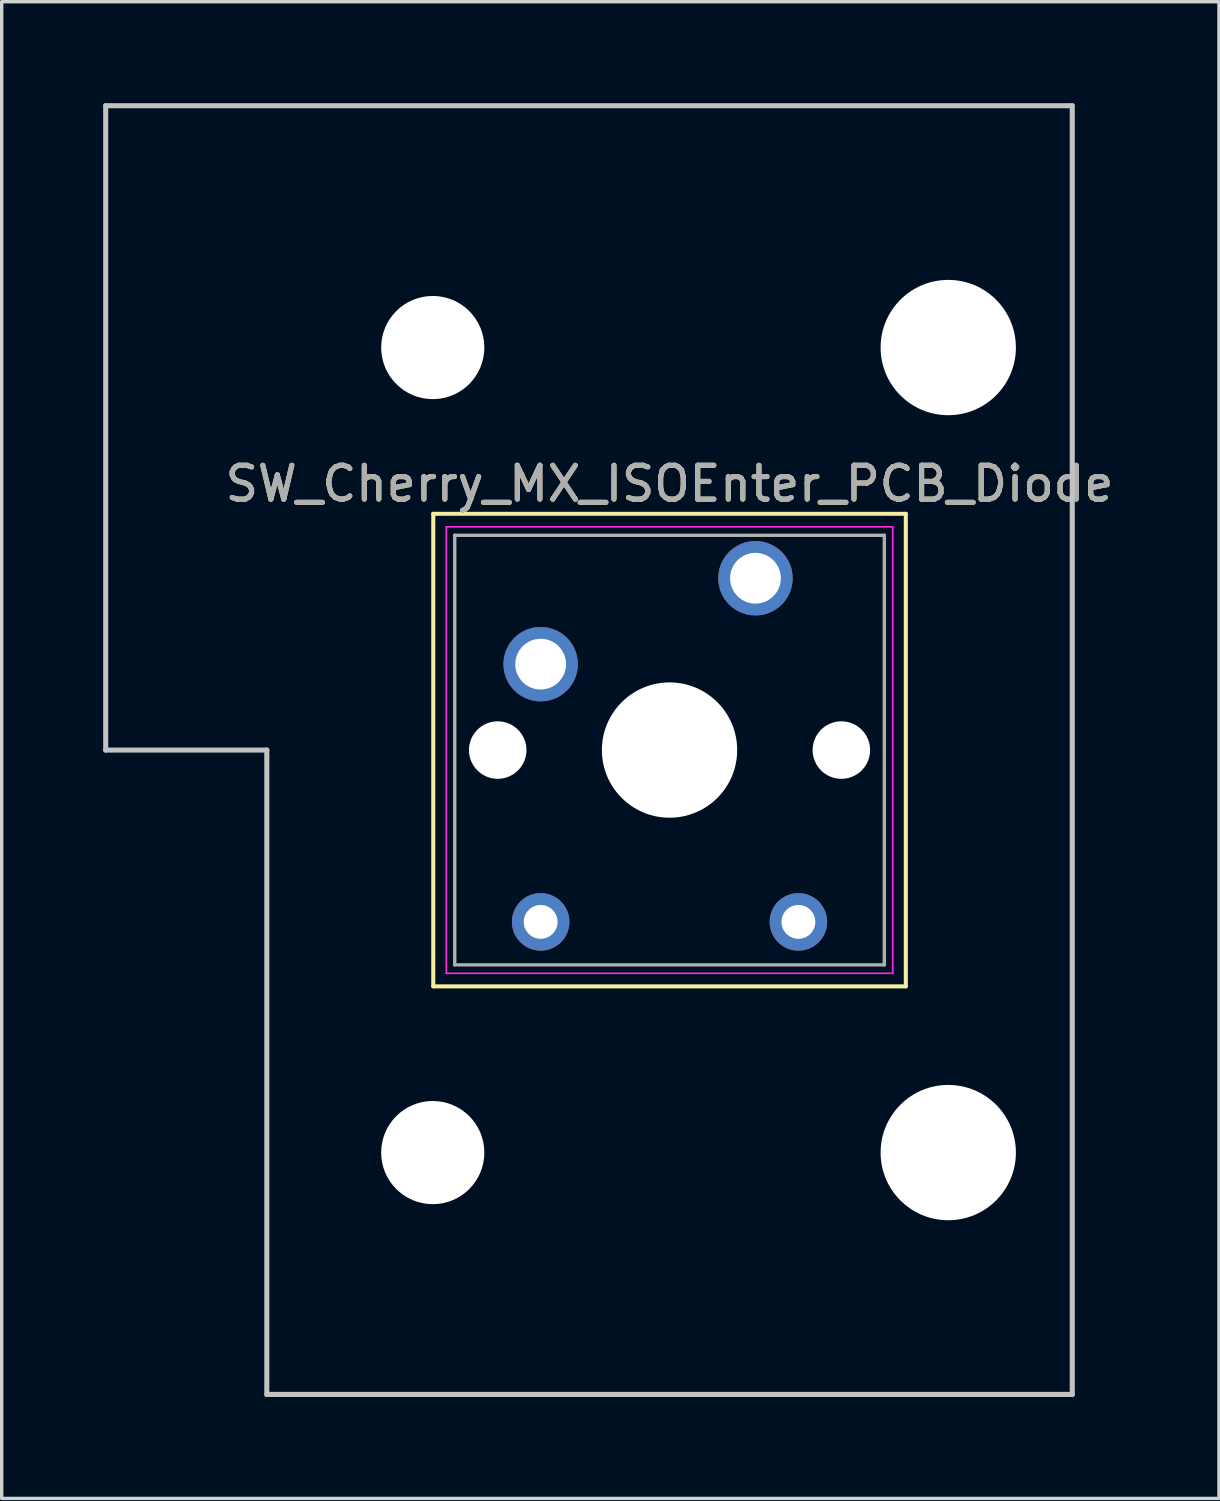
<source format=kicad_pcb>
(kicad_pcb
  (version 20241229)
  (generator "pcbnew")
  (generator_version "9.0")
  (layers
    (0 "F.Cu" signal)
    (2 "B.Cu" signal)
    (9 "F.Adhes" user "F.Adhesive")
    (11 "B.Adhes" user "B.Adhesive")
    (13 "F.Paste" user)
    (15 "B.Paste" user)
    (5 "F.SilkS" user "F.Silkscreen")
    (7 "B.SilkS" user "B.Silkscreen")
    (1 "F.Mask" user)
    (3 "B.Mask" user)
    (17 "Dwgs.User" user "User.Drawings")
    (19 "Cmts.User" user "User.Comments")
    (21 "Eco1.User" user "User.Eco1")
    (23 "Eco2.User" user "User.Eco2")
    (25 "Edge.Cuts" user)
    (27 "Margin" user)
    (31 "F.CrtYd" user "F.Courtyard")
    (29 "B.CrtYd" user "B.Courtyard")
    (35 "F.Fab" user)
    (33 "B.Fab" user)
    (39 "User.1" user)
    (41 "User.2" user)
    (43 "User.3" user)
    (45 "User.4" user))
  (footprint "SW_Cherry_MX_ISOEnter_PCB_Diode"
    (layer "F.Cu")
    (at 19.284 14.045)
    (property "Reference" "SW_Cherry_MX_ISOEnter_PCB_Diode" (at -2.54 -2.794 0) (layer "F.SilkS") (effects (font (size 1 1) (thickness 0.15))))
    (attr through_hole)
    (fp_line (start -9.525 -1.905) (end 4.445 -1.905) (stroke (width 0.12) (type solid)) (layer "F.SilkS"))
    (fp_line (start -9.525 12.065) (end -9.525 -1.905) (stroke (width 0.12) (type solid)) (layer "F.SilkS"))
    (fp_line (start 4.445 -1.905) (end 4.445 12.065) (stroke (width 0.12) (type solid)) (layer "F.SilkS"))
    (fp_line (start 4.445 12.065) (end -9.525 12.065) (stroke (width 0.12) (type solid)) (layer "F.SilkS"))
    (fp_line (start -19.209 -13.97) (end 9.366 -13.97) (stroke (width 0.15) (type solid)) (layer "Dwgs.User"))
    (fp_line (start -19.209 5.08) (end -19.209 -13.97) (stroke (width 0.15) (type solid)) (layer "Dwgs.User"))
    (fp_line (start -14.446 5.08) (end -19.209 5.08) (stroke (width 0.15) (type solid)) (layer "Dwgs.User"))
    (fp_line (start -14.446 24.13) (end -14.446 5.08) (stroke (width 0.15) (type solid)) (layer "Dwgs.User"))
    (fp_line (start 9.366 -13.97) (end 9.366 24.13) (stroke (width 0.15) (type solid)) (layer "Dwgs.User"))
    (fp_line (start 9.366 24.13) (end -14.446 24.13) (stroke (width 0.15) (type solid)) (layer "Dwgs.User"))
    (fp_line (start -9.14 -1.52) (end 4.06 -1.52) (stroke (width 0.05) (type solid)) (layer "F.CrtYd"))
    (fp_line (start -9.14 11.68) (end -9.14 -1.52) (stroke (width 0.05) (type solid)) (layer "F.CrtYd"))
    (fp_line (start 4.06 -1.52) (end 4.06 11.68) (stroke (width 0.05) (type solid)) (layer "F.CrtYd"))
    (fp_line (start 4.06 11.68) (end -9.14 11.68) (stroke (width 0.05) (type solid)) (layer "F.CrtYd"))
    (fp_line (start -8.89 -1.27) (end 3.81 -1.27) (stroke (width 0.1) (type solid)) (layer "F.Fab"))
    (fp_line (start -8.89 11.43) (end -8.89 -1.27) (stroke (width 0.1) (type solid)) (layer "F.Fab"))
    (fp_line (start 3.81 -1.27) (end 3.81 11.43) (stroke (width 0.1) (type solid)) (layer "F.Fab"))
    (fp_line (start 3.81 11.43) (end -8.89 11.43) (stroke (width 0.1) (type solid)) (layer "F.Fab"))
    (fp_text user "${REFERENCE}" (at -2.54 -2.794 0) (layer "F.Fab") (effects (font (size 1 1) (thickness 0.15))))
    (pad "" np_thru_hole circle (at -9.54 -6.82) (size 3.05 3.05) (drill 3.05) (layers "*.Cu" "*.Mask"))
    (pad "" np_thru_hole circle (at -9.54 16.98) (size 3.05 3.05) (drill 3.05) (layers "*.Cu" "*.Mask"))
    (pad "" np_thru_hole circle (at -7.62 5.08) (size 1.7 1.7) (drill 1.7) (layers "*.Cu" "*.Mask"))
    (pad "" np_thru_hole circle (at -2.54 5.08) (size 4 4) (drill 4) (layers "*.Cu" "*.Mask"))
    (pad "" np_thru_hole circle (at 2.54 5.08) (size 1.7 1.7) (drill 1.7) (layers "*.Cu" "*.Mask"))
    (pad "" np_thru_hole circle (at 5.7 -6.82) (size 4 4) (drill 4) (layers "*.Cu" "*.Mask"))
    (pad "" np_thru_hole circle (at 5.7 16.98) (size 4 4) (drill 4) (layers "*.Cu" "*.Mask"))
    (pad "1" thru_hole circle (at 0 0) (size 2.2 2.2) (drill 1.5) (layers "*.Cu" "*.Mask"))
    (pad "2" thru_hole circle (at -6.35 2.54) (size 2.2 2.2) (drill 1.5) (layers "*.Cu" "*.Mask"))
    (pad "3" thru_hole circle (at 1.27 10.16) (size 1.7 1.7) (drill 1) (layers "*.Cu" "*.Mask"))
    (pad "4" thru_hole circle (at -6.35 10.16) (size 1.7 1.7) (drill 1) (layers "*.Cu" "*.Mask")))
  (gr_rect
    (start -3 -3)
    (end 32.988 41.25)
    (stroke (width 0.1) (type default))
    (fill no)
    (layer "Edge.Cuts")))
</source>
